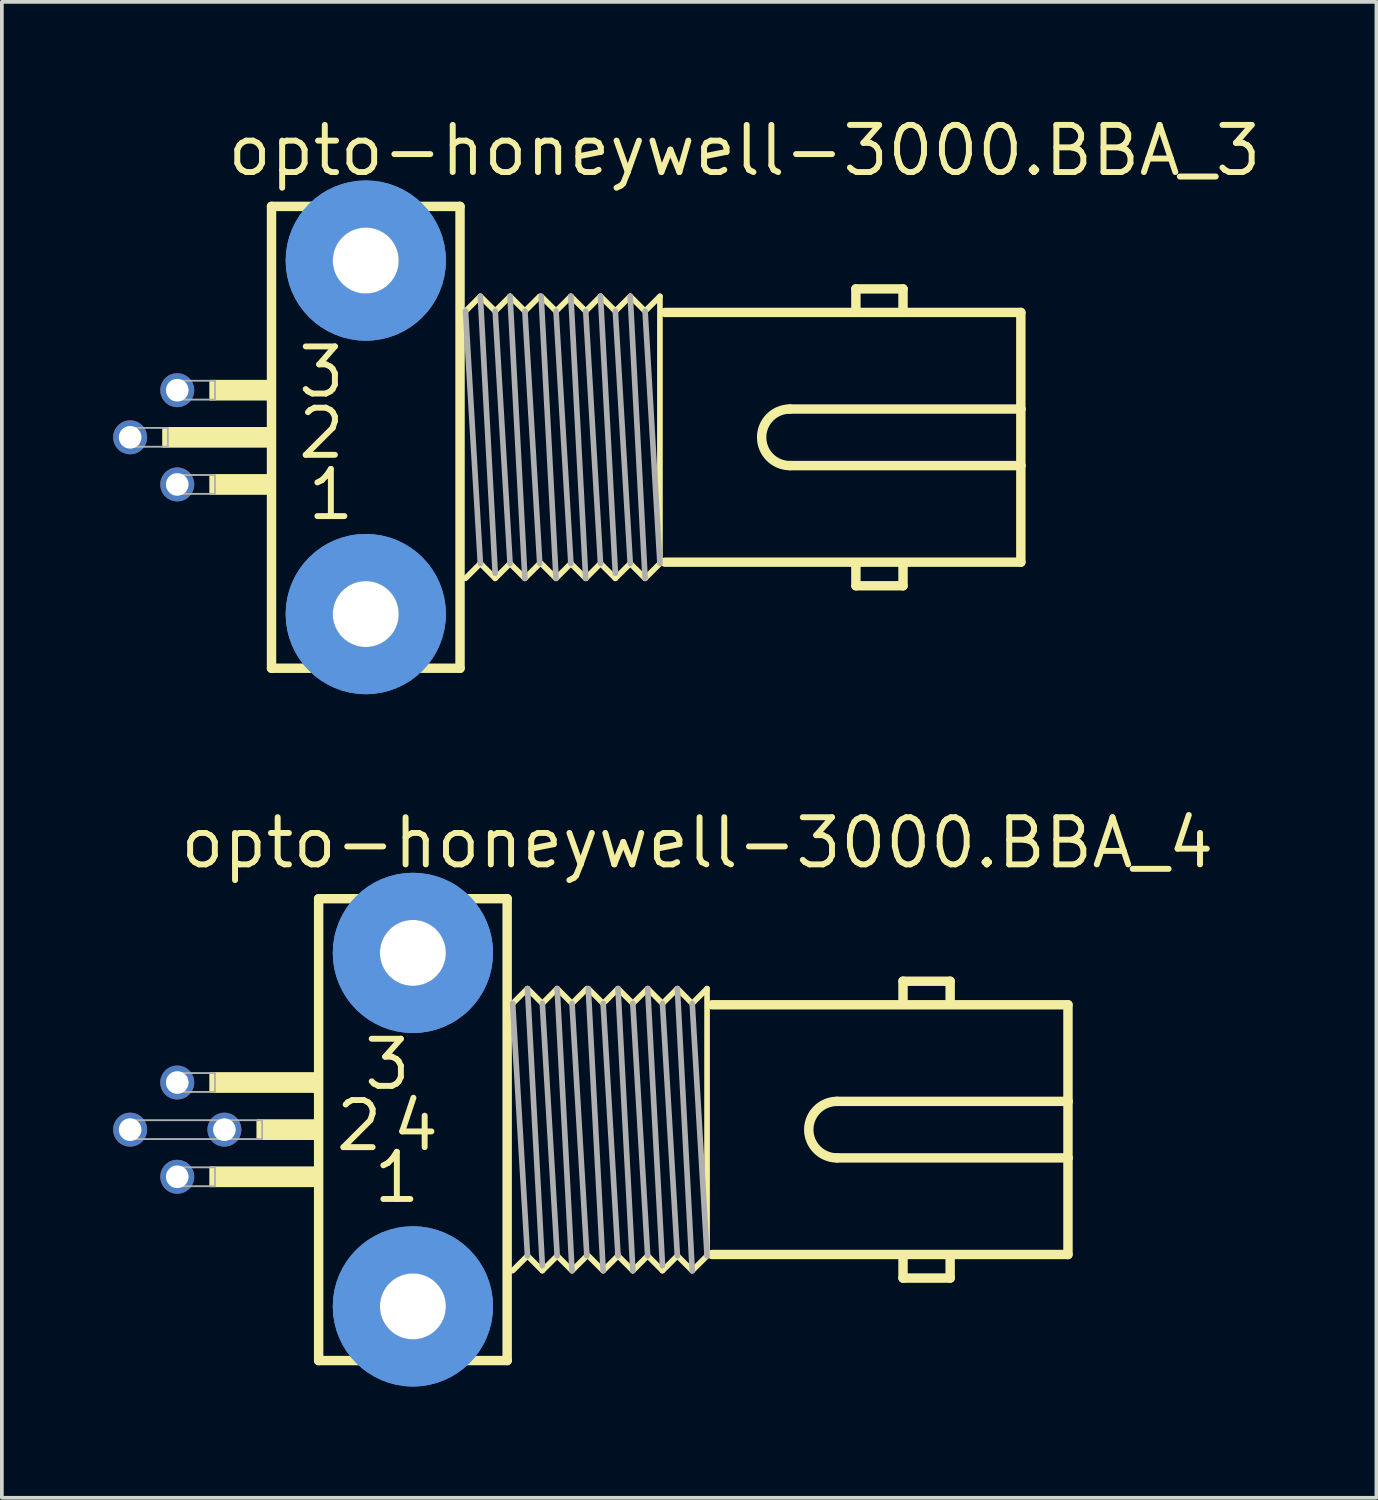
<source format=kicad_pcb>
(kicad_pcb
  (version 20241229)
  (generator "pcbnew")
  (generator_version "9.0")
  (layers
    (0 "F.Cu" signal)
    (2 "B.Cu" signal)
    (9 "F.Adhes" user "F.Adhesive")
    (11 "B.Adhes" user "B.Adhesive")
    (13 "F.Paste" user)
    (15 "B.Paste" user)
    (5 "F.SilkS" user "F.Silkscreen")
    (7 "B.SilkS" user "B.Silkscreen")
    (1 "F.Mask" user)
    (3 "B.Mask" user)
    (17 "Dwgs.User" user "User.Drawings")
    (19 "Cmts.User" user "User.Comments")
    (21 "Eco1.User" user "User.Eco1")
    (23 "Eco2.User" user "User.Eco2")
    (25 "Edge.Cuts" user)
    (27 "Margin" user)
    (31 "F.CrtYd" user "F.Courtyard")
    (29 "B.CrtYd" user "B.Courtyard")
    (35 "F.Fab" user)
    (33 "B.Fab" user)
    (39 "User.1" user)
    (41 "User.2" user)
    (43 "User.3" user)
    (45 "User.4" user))
  (footprint "opto-honeywell-3000.BBA_4"
    (layer "F.Cu")
    (at 8.077 27.392)
    (property "Reference" "opto-honeywell-3000.BBA_4" (at -6.35 -6.985 0) (layer "F.SilkS") (effects (font (size 1.27 1.27) (thickness 0.16)) (justify left bottom)))
    (attr through_hole)
    (fp_line (start -2.54 -6.223) (end 2.54 -6.223) (stroke (width 0.254) (type default)) (layer "F.SilkS"))
    (fp_line (start -2.54 6.223) (end -2.54 -6.223) (stroke (width 0.254) (type default)) (layer "F.SilkS"))
    (fp_line (start 2.54 -6.223) (end 2.54 6.223) (stroke (width 0.254) (type default)) (layer "F.SilkS"))
    (fp_line (start 2.54 6.223) (end -2.54 6.223) (stroke (width 0.254) (type default)) (layer "F.SilkS"))
    (fp_line (start 3.088 -3.8) (end 2.688 -3.4) (stroke (width 0.152) (type default)) (layer "F.SilkS"))
    (fp_line (start 3.088 3.4) (end 2.688 3.8) (stroke (width 0.152) (type default)) (layer "F.SilkS"))
    (fp_line (start 3.488 -3.4) (end 3.088 -3.8) (stroke (width 0.152) (type default)) (layer "F.SilkS"))
    (fp_line (start 3.488 3.8) (end 3.088 3.4) (stroke (width 0.152) (type default)) (layer "F.SilkS"))
    (fp_line (start 3.888 -3.8) (end 3.488 -3.4) (stroke (width 0.152) (type default)) (layer "F.SilkS"))
    (fp_line (start 3.888 3.4) (end 3.488 3.8) (stroke (width 0.152) (type default)) (layer "F.SilkS"))
    (fp_line (start 4.288 -3.4) (end 3.888 -3.8) (stroke (width 0.152) (type default)) (layer "F.SilkS"))
    (fp_line (start 4.288 3.8) (end 3.888 3.4) (stroke (width 0.152) (type default)) (layer "F.SilkS"))
    (fp_line (start 4.688 -3.8) (end 4.288 -3.4) (stroke (width 0.152) (type default)) (layer "F.SilkS"))
    (fp_line (start 4.688 3.4) (end 4.288 3.8) (stroke (width 0.152) (type default)) (layer "F.SilkS"))
    (fp_line (start 5.127 -3.4) (end 4.726 -3.8) (stroke (width 0.152) (type default)) (layer "F.SilkS"))
    (fp_line (start 5.127 3.8) (end 4.726 3.4) (stroke (width 0.152) (type default)) (layer "F.SilkS"))
    (fp_line (start 5.527 -3.8) (end 5.127 -3.4) (stroke (width 0.152) (type default)) (layer "F.SilkS"))
    (fp_line (start 5.527 3.4) (end 5.127 3.8) (stroke (width 0.152) (type default)) (layer "F.SilkS"))
    (fp_line (start 5.927 -3.4) (end 5.527 -3.8) (stroke (width 0.152) (type default)) (layer "F.SilkS"))
    (fp_line (start 5.927 3.8) (end 5.527 3.4) (stroke (width 0.152) (type default)) (layer "F.SilkS"))
    (fp_line (start 6.326 -3.8) (end 5.927 -3.4) (stroke (width 0.152) (type default)) (layer "F.SilkS"))
    (fp_line (start 6.326 3.4) (end 5.927 3.8) (stroke (width 0.152) (type default)) (layer "F.SilkS"))
    (fp_line (start 6.726 -3.4) (end 6.326 -3.8) (stroke (width 0.152) (type default)) (layer "F.SilkS"))
    (fp_line (start 6.726 3.8) (end 6.326 3.4) (stroke (width 0.152) (type default)) (layer "F.SilkS"))
    (fp_line (start 7.127 -3.8) (end 6.726 -3.4) (stroke (width 0.152) (type default)) (layer "F.SilkS"))
    (fp_line (start 7.127 3.4) (end 6.726 3.8) (stroke (width 0.152) (type default)) (layer "F.SilkS"))
    (fp_line (start 7.527 -3.4) (end 7.127 -3.8) (stroke (width 0.152) (type default)) (layer "F.SilkS"))
    (fp_line (start 7.527 3.8) (end 7.127 3.4) (stroke (width 0.152) (type default)) (layer "F.SilkS"))
    (fp_line (start 7.927 -3.8) (end 7.527 -3.4) (stroke (width 0.152) (type default)) (layer "F.SilkS"))
    (fp_line (start 7.927 -3.8) (end 7.927 3.331) (stroke (width 0.152) (type default)) (layer "F.SilkS"))
    (fp_line (start 7.927 3.4) (end 7.527 3.8) (stroke (width 0.152) (type default)) (layer "F.SilkS"))
    (fp_line (start 8.065 3.365) (end 17.653 3.365) (stroke (width 0.254) (type default)) (layer "F.SilkS"))
    (fp_line (start 11.43 0.762) (end 17.653 0.762) (stroke (width 0.254) (type default)) (layer "F.SilkS"))
    (fp_line (start 13.208 -4) (end 14.478 -4) (stroke (width 0.254) (type default)) (layer "F.SilkS"))
    (fp_line (start 13.208 -3.429) (end 13.208 -4) (stroke (width 0.254) (type default)) (layer "F.SilkS"))
    (fp_line (start 13.208 4) (end 13.208 3.429) (stroke (width 0.254) (type default)) (layer "F.SilkS"))
    (fp_line (start 14.478 -4) (end 14.478 -3.429) (stroke (width 0.254) (type default)) (layer "F.SilkS"))
    (fp_line (start 14.478 3.429) (end 14.478 4) (stroke (width 0.254) (type default)) (layer "F.SilkS"))
    (fp_line (start 14.478 4) (end 13.208 4) (stroke (width 0.254) (type default)) (layer "F.SilkS"))
    (fp_line (start 17.653 -3.365) (end 8.065 -3.365) (stroke (width 0.254) (type default)) (layer "F.SilkS"))
    (fp_line (start 17.653 -0.762) (end 11.43 -0.762) (stroke (width 0.254) (type default)) (layer "F.SilkS"))
    (fp_line (start 17.653 -0.762) (end 17.653 -3.365) (stroke (width 0.254) (type default)) (layer "F.SilkS"))
    (fp_line (start 17.653 0.762) (end 17.653 -0.762) (stroke (width 0.254) (type default)) (layer "F.SilkS"))
    (fp_line (start 17.653 3.365) (end 17.653 0.762) (stroke (width 0.254) (type default)) (layer "F.SilkS"))
    (fp_rect (start -5.461 -1.016) (end -2.54 -1.524) (stroke (width 0.05) (type default)) (fill yes) (layer "F.SilkS"))
    (fp_rect (start -5.461 1.524) (end -2.54 1.016) (stroke (width 0.05) (type default)) (fill yes) (layer "F.SilkS"))
    (fp_rect (start -4.191 0.254) (end -2.54 -0.254) (stroke (width 0.05) (type default)) (fill yes) (layer "F.SilkS"))
    (fp_arc (start 11.43 0.762) (mid 10.668 0) (end 11.43 -0.762) (stroke (width 0.254) (type default)) (layer "F.SilkS"))
    (fp_circle (center 0 -4.763) (end 1.524 -4.763) (stroke (width 1.27) (type default)) (fill no) (layer "Cmts.User"))
    (fp_circle (center 0 -4.763) (end 1.524 -4.763) (stroke (width 1.27) (type default)) (fill no) (layer "Cmts.User"))
    (fp_circle (center 0 4.763) (end 1.524 4.763) (stroke (width 1.27) (type default)) (fill no) (layer "Cmts.User"))
    (fp_circle (center 0 4.763) (end 1.524 4.763) (stroke (width 1.27) (type default)) (fill no) (layer "Cmts.User"))
    (fp_line (start 3.088 3.4) (end 2.688 -3.4) (stroke (width 0.152) (type default)) (layer "F.Fab"))
    (fp_line (start 3.488 3.663) (end 3.088 -3.8) (stroke (width 0.152) (type default)) (layer "F.Fab"))
    (fp_line (start 3.888 3.4) (end 3.488 -3.4) (stroke (width 0.152) (type default)) (layer "F.Fab"))
    (fp_line (start 4.288 3.8) (end 3.888 -3.8) (stroke (width 0.152) (type default)) (layer "F.Fab"))
    (fp_line (start 4.688 3.4) (end 4.288 -3.4) (stroke (width 0.152) (type default)) (layer "F.Fab"))
    (fp_line (start 5.127 3.8) (end 4.726 -3.8) (stroke (width 0.152) (type default)) (layer "F.Fab"))
    (fp_line (start 5.527 3.4) (end 5.127 -3.4) (stroke (width 0.152) (type default)) (layer "F.Fab"))
    (fp_line (start 5.927 3.8) (end 5.527 -3.8) (stroke (width 0.152) (type default)) (layer "F.Fab"))
    (fp_line (start 6.326 3.4) (end 5.927 -3.4) (stroke (width 0.152) (type default)) (layer "F.Fab"))
    (fp_line (start 6.726 3.663) (end 6.326 -3.8) (stroke (width 0.152) (type default)) (layer "F.Fab"))
    (fp_line (start 7.127 3.4) (end 6.726 -3.4) (stroke (width 0.152) (type default)) (layer "F.Fab"))
    (fp_line (start 7.527 3.8) (end 7.127 -3.8) (stroke (width 0.152) (type default)) (layer "F.Fab"))
    (fp_line (start 7.927 3.4) (end 7.527 -3.4) (stroke (width 0.152) (type default)) (layer "F.Fab"))
    (fp_rect (start -7.747 0.254) (end -5.08 -0.254) (stroke (width 0.05) (type default)) (fill no) (layer "F.Fab"))
    (fp_rect (start -6.477 -1.016) (end -5.334 -1.524) (stroke (width 0.05) (type default)) (fill no) (layer "F.Fab"))
    (fp_rect (start -6.477 1.524) (end -5.334 1.016) (stroke (width 0.05) (type default)) (fill no) (layer "F.Fab"))
    (fp_rect (start -5.207 0.254) (end -4.064 -0.254) (stroke (width 0.05) (type default)) (fill no) (layer "F.Fab"))
    (fp_text user "3" (at -1.397 -1.016 0) (layer "F.SilkS") (effects (font (size 1.27 1.27) (thickness 0.16)) (justify left bottom)))
    (fp_text user "4" (at -0.635 0.635 0) (layer "F.SilkS") (effects (font (size 1.27 1.27) (thickness 0.16)) (justify left bottom)))
    (fp_text user "1" (at -1.143 2.032 0) (layer "F.SilkS") (effects (font (size 1.27 1.27) (thickness 0.16)) (justify left bottom)))
    (fp_text user "2" (at -2.159 0.635 0) (layer "F.SilkS") (effects (font (size 1.27 1.27) (thickness 0.16)) (justify left bottom)))
    (pad "" np_thru_hole circle (at 0 -4.763) (size 1.778 1.778) (drill 1.778) (layers "*.Cu" "*.Mask"))
    (pad "" np_thru_hole circle (at 0 4.763) (size 1.778 1.778) (drill 1.778) (layers "*.Cu" "*.Mask"))
    (pad "1" thru_hole circle (at -6.35 1.27) (size 0.914 0.914) (drill 0.61) (layers "*.Cu" "*.Mask"))
    (pad "2" thru_hole circle (at -7.62 0) (size 0.914 0.914) (drill 0.61) (layers "*.Cu" "*.Mask"))
    (pad "3" thru_hole circle (at -6.35 -1.27) (size 0.914 0.914) (drill 0.61) (layers "*.Cu" "*.Mask"))
    (pad "4" thru_hole circle (at -5.08 0) (size 0.914 0.914) (drill 0.61) (layers "*.Cu" "*.Mask")))
  (footprint "opto-honeywell-3000.BBA_3"
    (layer "F.Cu")
    (at 6.807 8.735)
    (property "Reference" "opto-honeywell-3000.BBA_3" (at -3.81 -6.985 0) (layer "F.SilkS") (effects (font (size 1.27 1.27) (thickness 0.16)) (justify left bottom)))
    (attr through_hole)
    (fp_line (start -2.54 -6.223) (end 2.54 -6.223) (stroke (width 0.254) (type default)) (layer "F.SilkS"))
    (fp_line (start -2.54 6.223) (end -2.54 -6.223) (stroke (width 0.254) (type default)) (layer "F.SilkS"))
    (fp_line (start 2.54 -6.223) (end 2.54 6.223) (stroke (width 0.254) (type default)) (layer "F.SilkS"))
    (fp_line (start 2.54 6.223) (end -2.54 6.223) (stroke (width 0.254) (type default)) (layer "F.SilkS"))
    (fp_line (start 3.088 -3.8) (end 2.688 -3.4) (stroke (width 0.152) (type default)) (layer "F.SilkS"))
    (fp_line (start 3.088 3.4) (end 2.688 3.8) (stroke (width 0.152) (type default)) (layer "F.SilkS"))
    (fp_line (start 3.488 -3.4) (end 3.088 -3.8) (stroke (width 0.152) (type default)) (layer "F.SilkS"))
    (fp_line (start 3.488 3.8) (end 3.088 3.4) (stroke (width 0.152) (type default)) (layer "F.SilkS"))
    (fp_line (start 3.888 -3.8) (end 3.488 -3.4) (stroke (width 0.152) (type default)) (layer "F.SilkS"))
    (fp_line (start 3.888 3.4) (end 3.488 3.8) (stroke (width 0.152) (type default)) (layer "F.SilkS"))
    (fp_line (start 4.288 -3.4) (end 3.888 -3.8) (stroke (width 0.152) (type default)) (layer "F.SilkS"))
    (fp_line (start 4.288 3.8) (end 3.888 3.4) (stroke (width 0.152) (type default)) (layer "F.SilkS"))
    (fp_line (start 4.688 -3.8) (end 4.288 -3.4) (stroke (width 0.152) (type default)) (layer "F.SilkS"))
    (fp_line (start 4.688 3.4) (end 4.288 3.8) (stroke (width 0.152) (type default)) (layer "F.SilkS"))
    (fp_line (start 5.127 -3.4) (end 4.726 -3.8) (stroke (width 0.152) (type default)) (layer "F.SilkS"))
    (fp_line (start 5.127 3.8) (end 4.726 3.4) (stroke (width 0.152) (type default)) (layer "F.SilkS"))
    (fp_line (start 5.527 -3.8) (end 5.127 -3.4) (stroke (width 0.152) (type default)) (layer "F.SilkS"))
    (fp_line (start 5.527 3.4) (end 5.127 3.8) (stroke (width 0.152) (type default)) (layer "F.SilkS"))
    (fp_line (start 5.927 -3.4) (end 5.527 -3.8) (stroke (width 0.152) (type default)) (layer "F.SilkS"))
    (fp_line (start 5.927 3.8) (end 5.527 3.4) (stroke (width 0.152) (type default)) (layer "F.SilkS"))
    (fp_line (start 6.326 -3.8) (end 5.927 -3.4) (stroke (width 0.152) (type default)) (layer "F.SilkS"))
    (fp_line (start 6.326 3.4) (end 5.927 3.8) (stroke (width 0.152) (type default)) (layer "F.SilkS"))
    (fp_line (start 6.726 -3.4) (end 6.326 -3.8) (stroke (width 0.152) (type default)) (layer "F.SilkS"))
    (fp_line (start 6.726 3.8) (end 6.326 3.4) (stroke (width 0.152) (type default)) (layer "F.SilkS"))
    (fp_line (start 7.127 -3.8) (end 6.726 -3.4) (stroke (width 0.152) (type default)) (layer "F.SilkS"))
    (fp_line (start 7.127 3.4) (end 6.726 3.8) (stroke (width 0.152) (type default)) (layer "F.SilkS"))
    (fp_line (start 7.527 -3.4) (end 7.127 -3.8) (stroke (width 0.152) (type default)) (layer "F.SilkS"))
    (fp_line (start 7.527 3.8) (end 7.127 3.4) (stroke (width 0.152) (type default)) (layer "F.SilkS"))
    (fp_line (start 7.927 -3.8) (end 7.527 -3.4) (stroke (width 0.152) (type default)) (layer "F.SilkS"))
    (fp_line (start 7.927 -3.8) (end 7.927 3.331) (stroke (width 0.152) (type default)) (layer "F.SilkS"))
    (fp_line (start 7.927 3.4) (end 7.527 3.8) (stroke (width 0.152) (type default)) (layer "F.SilkS"))
    (fp_line (start 8.065 3.365) (end 17.653 3.365) (stroke (width 0.254) (type default)) (layer "F.SilkS"))
    (fp_line (start 11.43 0.762) (end 17.653 0.762) (stroke (width 0.254) (type default)) (layer "F.SilkS"))
    (fp_line (start 13.208 -4) (end 14.478 -4) (stroke (width 0.254) (type default)) (layer "F.SilkS"))
    (fp_line (start 13.208 -3.429) (end 13.208 -4) (stroke (width 0.254) (type default)) (layer "F.SilkS"))
    (fp_line (start 13.208 4) (end 13.208 3.429) (stroke (width 0.254) (type default)) (layer "F.SilkS"))
    (fp_line (start 14.478 -4) (end 14.478 -3.429) (stroke (width 0.254) (type default)) (layer "F.SilkS"))
    (fp_line (start 14.478 3.429) (end 14.478 4) (stroke (width 0.254) (type default)) (layer "F.SilkS"))
    (fp_line (start 14.478 4) (end 13.208 4) (stroke (width 0.254) (type default)) (layer "F.SilkS"))
    (fp_line (start 17.653 -3.365) (end 8.065 -3.365) (stroke (width 0.254) (type default)) (layer "F.SilkS"))
    (fp_line (start 17.653 -0.762) (end 11.43 -0.762) (stroke (width 0.254) (type default)) (layer "F.SilkS"))
    (fp_line (start 17.653 -0.762) (end 17.653 -3.365) (stroke (width 0.254) (type default)) (layer "F.SilkS"))
    (fp_line (start 17.653 0.762) (end 17.653 -0.762) (stroke (width 0.254) (type default)) (layer "F.SilkS"))
    (fp_line (start 17.653 3.365) (end 17.653 0.762) (stroke (width 0.254) (type default)) (layer "F.SilkS"))
    (fp_rect (start -5.461 0.254) (end -2.54 -0.254) (stroke (width 0.05) (type default)) (fill yes) (layer "F.SilkS"))
    (fp_rect (start -4.191 -1.016) (end -2.54 -1.524) (stroke (width 0.05) (type default)) (fill yes) (layer "F.SilkS"))
    (fp_rect (start -4.191 1.524) (end -2.54 1.016) (stroke (width 0.05) (type default)) (fill yes) (layer "F.SilkS"))
    (fp_arc (start 11.43 0.762) (mid 10.668 0) (end 11.43 -0.762) (stroke (width 0.254) (type default)) (layer "F.SilkS"))
    (fp_circle (center 0 -4.763) (end 1.524 -4.763) (stroke (width 1.27) (type default)) (fill no) (layer "Cmts.User"))
    (fp_circle (center 0 -4.763) (end 1.524 -4.763) (stroke (width 1.27) (type default)) (fill no) (layer "Cmts.User"))
    (fp_circle (center 0 4.763) (end 1.524 4.763) (stroke (width 1.27) (type default)) (fill no) (layer "Cmts.User"))
    (fp_circle (center 0 4.763) (end 1.524 4.763) (stroke (width 1.27) (type default)) (fill no) (layer "Cmts.User"))
    (fp_line (start 3.088 3.4) (end 2.688 -3.4) (stroke (width 0.152) (type default)) (layer "F.Fab"))
    (fp_line (start 3.488 3.663) (end 3.088 -3.8) (stroke (width 0.152) (type default)) (layer "F.Fab"))
    (fp_line (start 3.888 3.4) (end 3.488 -3.4) (stroke (width 0.152) (type default)) (layer "F.Fab"))
    (fp_line (start 4.288 3.8) (end 3.888 -3.8) (stroke (width 0.152) (type default)) (layer "F.Fab"))
    (fp_line (start 4.688 3.4) (end 4.288 -3.4) (stroke (width 0.152) (type default)) (layer "F.Fab"))
    (fp_line (start 5.127 3.8) (end 4.726 -3.8) (stroke (width 0.152) (type default)) (layer "F.Fab"))
    (fp_line (start 5.527 3.4) (end 5.127 -3.4) (stroke (width 0.152) (type default)) (layer "F.Fab"))
    (fp_line (start 5.927 3.8) (end 5.527 -3.8) (stroke (width 0.152) (type default)) (layer "F.Fab"))
    (fp_line (start 6.326 3.4) (end 5.927 -3.4) (stroke (width 0.152) (type default)) (layer "F.Fab"))
    (fp_line (start 6.726 3.663) (end 6.326 -3.8) (stroke (width 0.152) (type default)) (layer "F.Fab"))
    (fp_line (start 7.127 3.4) (end 6.726 -3.4) (stroke (width 0.152) (type default)) (layer "F.Fab"))
    (fp_line (start 7.527 3.8) (end 7.127 -3.8) (stroke (width 0.152) (type default)) (layer "F.Fab"))
    (fp_line (start 7.927 3.4) (end 7.527 -3.4) (stroke (width 0.152) (type default)) (layer "F.Fab"))
    (fp_rect (start -6.477 0.254) (end -5.334 -0.254) (stroke (width 0.05) (type default)) (fill no) (layer "F.Fab"))
    (fp_rect (start -5.207 -1.016) (end -4.064 -1.524) (stroke (width 0.05) (type default)) (fill no) (layer "F.Fab"))
    (fp_rect (start -5.207 1.524) (end -4.064 1.016) (stroke (width 0.05) (type default)) (fill no) (layer "F.Fab"))
    (fp_text user "1" (at -1.651 2.286 0) (layer "F.SilkS") (effects (font (size 1.27 1.27) (thickness 0.16)) (justify left bottom)))
    (fp_text user "3" (at -1.905 -1.016 0) (layer "F.SilkS") (effects (font (size 1.27 1.27) (thickness 0.16)) (justify left bottom)))
    (fp_text user "2" (at -1.905 0.635 0) (layer "F.SilkS") (effects (font (size 1.27 1.27) (thickness 0.16)) (justify left bottom)))
    (pad "" np_thru_hole circle (at 0 -4.763) (size 1.778 1.778) (drill 1.778) (layers "*.Cu" "*.Mask"))
    (pad "" np_thru_hole circle (at 0 4.763) (size 1.778 1.778) (drill 1.778) (layers "*.Cu" "*.Mask"))
    (pad "1" thru_hole circle (at -5.08 1.27) (size 0.914 0.914) (drill 0.61) (layers "*.Cu" "*.Mask"))
    (pad "2" thru_hole circle (at -6.35 0) (size 0.914 0.914) (drill 0.61) (layers "*.Cu" "*.Mask"))
    (pad "3" thru_hole circle (at -5.08 -1.27) (size 0.914 0.914) (drill 0.61) (layers "*.Cu" "*.Mask")))
  (gr_rect
    (start -3 -3)
    (end 34.042 37.313)
    (stroke (width 0.1) (type default))
    (fill no)
    (layer "Edge.Cuts")))
</source>
